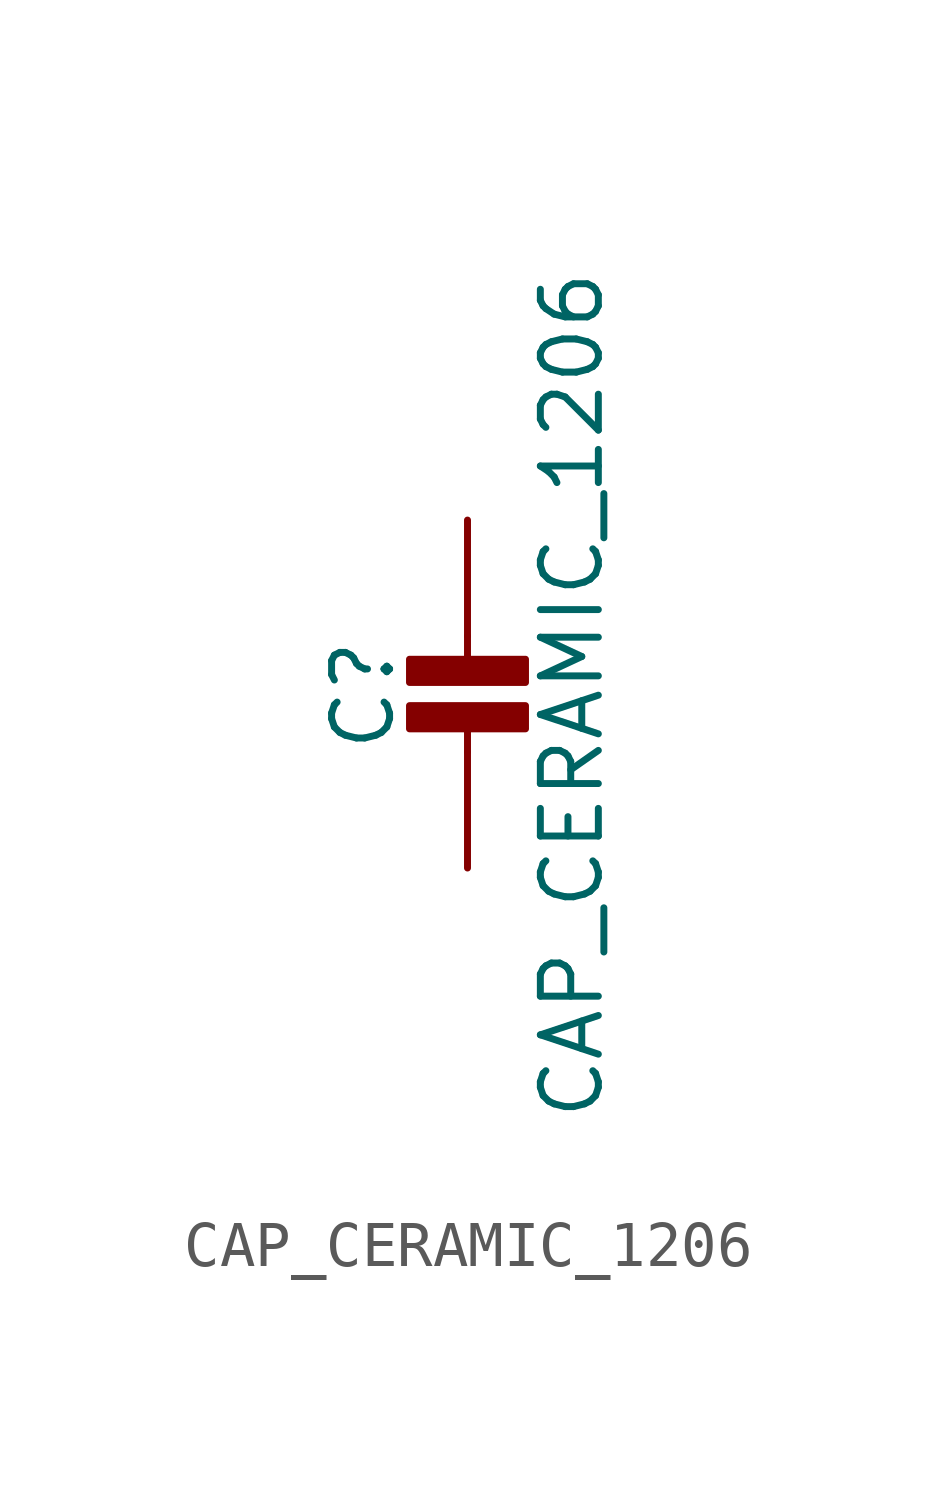
<source format=kicad_sym>
(kicad_symbol_lib
  (version 20211014)
  (generator kicad_symbol_editor)
  (symbol "CAP_CERAMIC_1206"
    (pin_names
      (offset 1.016))
    (property "Reference" "C"
      (at -2.286 1.245 90)
      (effects (font (size 1.27 1.27))))
    (property "Value" "CAP_CERAMIC_1206"
      (at 2.286 1.245 90)
      (effects (font (size 1.27 1.27))))
    (property "ki_locked" ""
      (at 0 0 0)
      (effects (font (size 1.27 1.27))))
    (symbol "CAP_CERAMIC_1206_1_0"
      (rectangle (start -1.27 0.508) (end 1.27 1.016) (stroke (width 0) (type default) (color 0 0 0 0)) (fill (type outline)))
      (rectangle (start -1.27 1.524) (end 1.27 2.032) (stroke (width 0) (type default) (color 0 0 0 0)) (fill (type outline)))
      (polyline (pts (xy 0 0.762) (xy 0 0)) (stroke (width 0) (type default) (color 0 0 0 0)) (fill (type none)))
      (polyline (pts (xy 0 2.54) (xy 0 1.778)) (stroke (width 0) (type default) (color 0 0 0 0)) (fill (type none)))
      (pin passive line (at 0 5.08 270) (length 2.54) (name "1" (effects (font (size 0 0)))) (number "1" (effects (font (size 0 0)))))
      (pin passive line (at 0 -2.54 90) (length 2.54) (name "2" (effects (font (size 0 0)))) (number "2" (effects (font (size 0 0))))))))
</source>
